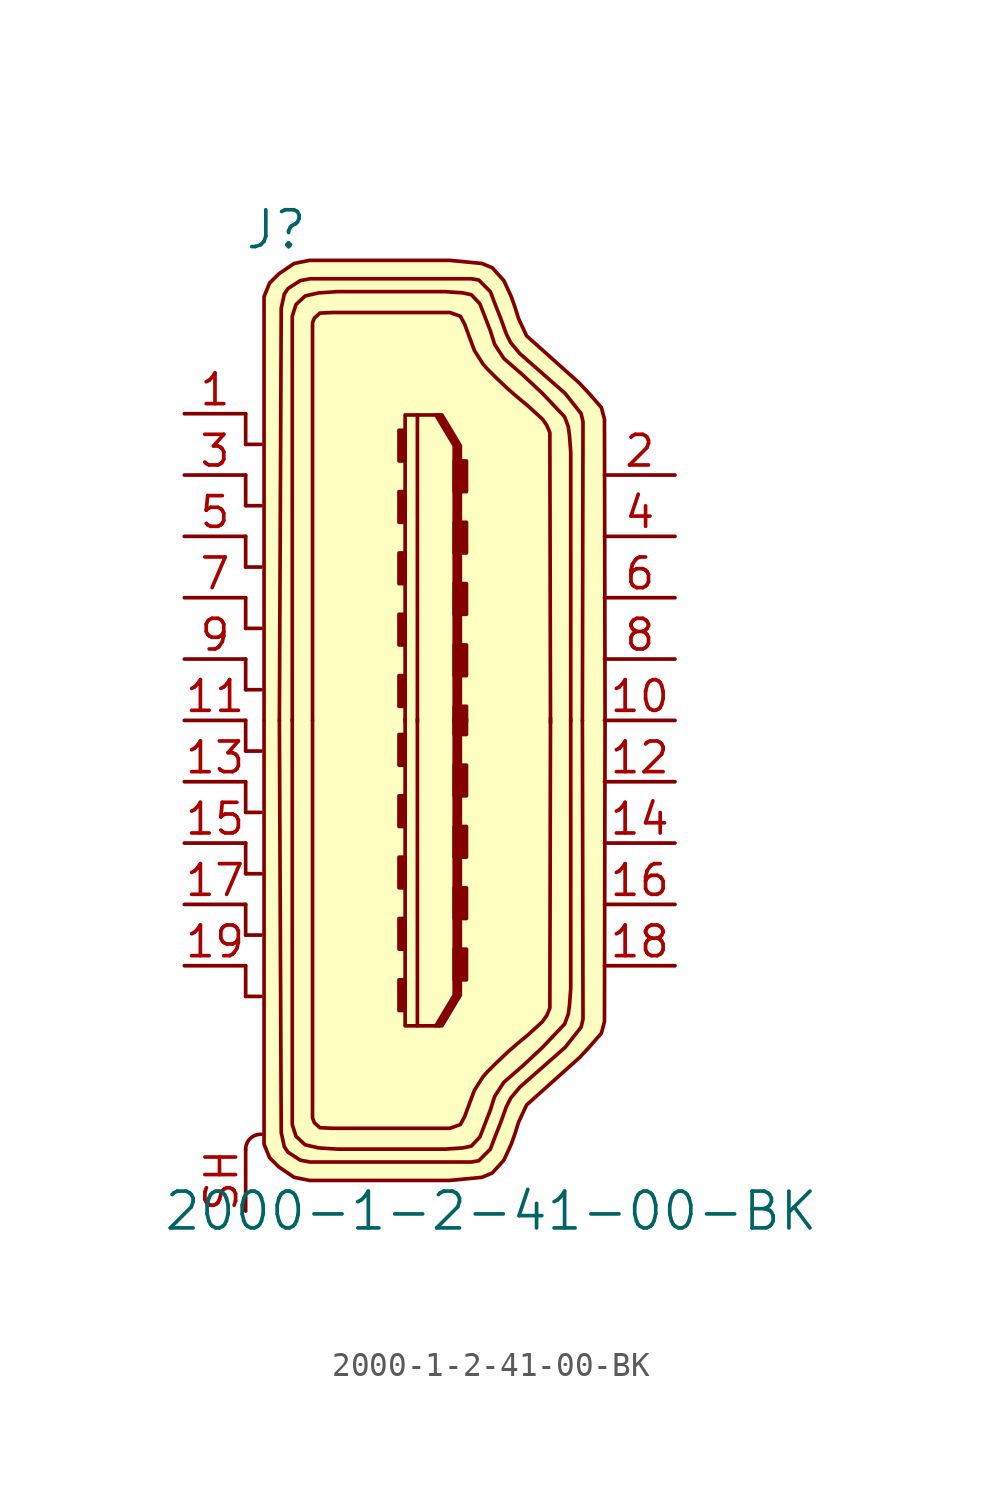
<source format=kicad_sym>
(kicad_symbol_lib
  (version 20211014)
  (generator kicad_symbol_editor)
  (symbol "2000-1-2-41-00-BK"
    (pin_names
      (offset 1.016))
    (property "Reference" "J"
      (at -6.35 20.32 0)
      (effects (font (size 1.524 1.524))))
    (property "Value" "2000-1-2-41-00-BK"
      (at 2.54 -20.32 0)
      (effects (font (size 1.524 1.524))))
    (symbol "2000-1-2-41-00-BK_0_1"
      (arc (start -6.985 -17.145) (mid -7.4425 -17.3292) (end -7.62 -17.78) (stroke (width 0) (type default) (color 0 0 0 0)) (fill (type none)))
      (rectangle (start -1.27 -12.014) (end -1.016 -10.744) (stroke (width 0) (type default) (color 0 0 0 0)) (fill (type outline)))
      (rectangle (start -1.27 -9.474) (end -1.016 -8.204) (stroke (width 0) (type default) (color 0 0 0 0)) (fill (type outline)))
      (rectangle (start -1.27 -6.934) (end -1.016 -5.664) (stroke (width 0) (type default) (color 0 0 0 0)) (fill (type outline)))
      (rectangle (start -1.27 -4.394) (end -1.016 -3.124) (stroke (width 0) (type default) (color 0 0 0 0)) (fill (type outline)))
      (rectangle (start -1.27 -1.854) (end -1.016 -0.584) (stroke (width 0) (type default) (color 0 0 0 0)) (fill (type outline)))
      (rectangle (start -1.27 1.854) (end -1.016 0.584) (stroke (width 0) (type default) (color 0 0 0 0)) (fill (type outline)))
      (rectangle (start -1.27 4.394) (end -1.016 3.124) (stroke (width 0) (type default) (color 0 0 0 0)) (fill (type outline)))
      (rectangle (start -1.27 6.934) (end -1.016 5.664) (stroke (width 0) (type default) (color 0 0 0 0)) (fill (type outline)))
      (rectangle (start -1.27 9.474) (end -1.016 8.204) (stroke (width 0) (type default) (color 0 0 0 0)) (fill (type outline)))
      (rectangle (start -1.27 12.014) (end -1.016 10.744) (stroke (width 0) (type default) (color 0 0 0 0)) (fill (type outline)))
      (polyline (pts (xy -7.62 -10.16) (xy -7.62 -11.43)) (stroke (width 0) (type default) (color 0 0 0 0)) (fill (type none)))
      (polyline (pts (xy -7.62 -7.62) (xy -7.62 -8.89)) (stroke (width 0) (type default) (color 0 0 0 0)) (fill (type none)))
      (polyline (pts (xy -7.62 -5.08) (xy -7.62 -6.35)) (stroke (width 0) (type default) (color 0 0 0 0)) (fill (type none)))
      (polyline (pts (xy -7.62 -2.54) (xy -7.62 -3.81)) (stroke (width 0) (type default) (color 0 0 0 0)) (fill (type none)))
      (polyline (pts (xy -7.62 0) (xy -7.62 -1.27)) (stroke (width 0) (type default) (color 0 0 0 0)) (fill (type none)))
      (polyline (pts (xy -7.62 2.54) (xy -7.62 1.27)) (stroke (width 0) (type default) (color 0 0 0 0)) (fill (type none)))
      (polyline (pts (xy -7.62 5.08) (xy -7.62 3.81)) (stroke (width 0) (type default) (color 0 0 0 0)) (fill (type none)))
      (polyline (pts (xy -7.62 7.62) (xy -7.62 6.35)) (stroke (width 0) (type default) (color 0 0 0 0)) (fill (type none)))
      (polyline (pts (xy -7.62 10.16) (xy -7.62 8.89)) (stroke (width 0) (type default) (color 0 0 0 0)) (fill (type none)))
      (polyline (pts (xy -7.62 12.7) (xy -7.62 11.43)) (stroke (width 0) (type default) (color 0 0 0 0)) (fill (type none)))
      (polyline (pts (xy -6.985 -11.43) (xy -7.62 -11.43)) (stroke (width 0) (type default) (color 0 0 0 0)) (fill (type none)))
      (polyline (pts (xy -6.985 -8.89) (xy -7.62 -8.89)) (stroke (width 0) (type default) (color 0 0 0 0)) (fill (type none)))
      (polyline (pts (xy -6.985 -6.35) (xy -7.62 -6.35)) (stroke (width 0) (type default) (color 0 0 0 0)) (fill (type none)))
      (polyline (pts (xy -6.985 -3.81) (xy -7.62 -3.81)) (stroke (width 0) (type default) (color 0 0 0 0)) (fill (type none)))
      (polyline (pts (xy -6.985 -1.27) (xy -7.62 -1.27)) (stroke (width 0) (type default) (color 0 0 0 0)) (fill (type none)))
      (polyline (pts (xy -6.985 1.27) (xy -7.62 1.27)) (stroke (width 0) (type default) (color 0 0 0 0)) (fill (type none)))
      (polyline (pts (xy -6.985 3.81) (xy -7.62 3.81)) (stroke (width 0) (type default) (color 0 0 0 0)) (fill (type none)))
      (polyline (pts (xy -6.985 6.35) (xy -7.62 6.35)) (stroke (width 0) (type default) (color 0 0 0 0)) (fill (type none)))
      (polyline (pts (xy -6.985 8.89) (xy -7.62 8.89)) (stroke (width 0) (type default) (color 0 0 0 0)) (fill (type none)))
      (polyline (pts (xy -6.985 11.43) (xy -7.62 11.43)) (stroke (width 0) (type default) (color 0 0 0 0)) (fill (type none)))
      (polyline (pts (xy -0.508 -0.051) (xy -0.508 12.649)) (stroke (width 0) (type default) (color 0 0 0 0)) (fill (type none)))
      (polyline (pts (xy -0.508 0.051) (xy -0.508 -12.649)) (stroke (width 0) (type default) (color 0 0 0 0)) (fill (type none)))
      (polyline (pts (xy 0.381 -12.649) (xy 1.143 -11.379)) (stroke (width 0) (type default) (color 0 0 0 0)) (fill (type none)))
      (polyline (pts (xy 0.381 12.649) (xy 1.143 11.379)) (stroke (width 0) (type default) (color 0 0 0 0)) (fill (type none)))
      (polyline (pts (xy 1.143 -11.379) (xy 1.143 0.051)) (stroke (width 0) (type default) (color 0 0 0 0)) (fill (type none)))
      (polyline (pts (xy 1.143 11.379) (xy 1.143 -0.051)) (stroke (width 0) (type default) (color 0 0 0 0)) (fill (type none)))
      (polyline (pts (xy 0.254 -12.649) (xy 1.016 -11.379) (xy 1.016 0.051)) (stroke (width 0) (type default) (color 0 0 0 0)) (fill (type none)))
      (polyline (pts (xy 0.254 12.649) (xy 1.016 11.379) (xy 1.016 -0.051)) (stroke (width 0) (type default) (color 0 0 0 0)) (fill (type none)))
      (polyline (pts (xy -1.016 -0.051) (xy -1.016 12.649) (xy 0.508 12.649) (xy 1.27 11.379) (xy 1.27 -0.051)) (stroke (width 0) (type default) (color 0 0 0 0)) (fill (type none)))
      (polyline (pts (xy -1.016 0.051) (xy -1.016 -12.649) (xy 0.508 -12.649) (xy 1.27 -11.379) (xy 1.27 0.051)) (stroke (width 0) (type default) (color 0 0 0 0)) (fill (type none)))
      (polyline (pts (xy -6.223 0) (xy -6.147 -17.069) (xy -6.02 -17.653) (xy -5.867 -17.882) (xy -5.359 -18.212) (xy -4.953 -18.288) (xy -3.607 -18.288) (xy 1.727 -18.288) (xy 2.032 -18.237) (xy 2.21 -18.059) (xy 2.515 -17.755) (xy 2.667 -17.348) (xy 2.946 -16.637) (xy 3.175 -16.002) (xy 3.353 -15.646) (xy 3.734 -15.189) (xy 5.613 -13.538) (xy 6.274 -12.7) (xy 6.35 -12.37) (xy 6.325 0)) (stroke (width 0) (type default) (color 0 0 0 0)) (fill (type none)))
      (polyline (pts (xy -6.223 0) (xy -6.147 17.069) (xy -6.02 17.653) (xy -5.867 17.882) (xy -5.359 18.212) (xy -4.953 18.288) (xy -3.607 18.288) (xy 1.727 18.288) (xy 2.032 18.237) (xy 2.21 18.059) (xy 2.515 17.755) (xy 2.667 17.348) (xy 2.946 16.637) (xy 3.175 16.002) (xy 3.353 15.646) (xy 3.734 15.189) (xy 5.613 13.538) (xy 6.274 12.7) (xy 6.35 12.37) (xy 6.325 0)) (stroke (width 0) (type default) (color 0 0 0 0)) (fill (type none)))
      (polyline (pts (xy 7.264 -0.025) (xy 7.239 12.471) (xy 7.112 12.954) (xy 6.579 13.564) (xy 6.198 13.97) (xy 4.013 15.926) (xy 3.683 16.637) (xy 3.531 17.12) (xy 3.378 17.551) (xy 3.073 18.212) (xy 2.591 18.745) (xy 2.159 18.923) (xy 0.838 19.05) (xy -4.978 19.05) (xy -5.613 18.923) (xy -6.248 18.491) (xy -6.629 18.11) (xy -6.858 17.551) (xy -6.858 16.231) (xy -6.858 0)) (stroke (width 0) (type default) (color 0 0 0 0)) (fill (type background)))
      (polyline (pts (xy 7.264 0.025) (xy 7.239 -12.471) (xy 7.112 -12.954) (xy 6.579 -13.564) (xy 6.198 -13.97) (xy 4.013 -15.926) (xy 3.683 -16.637) (xy 3.531 -17.12) (xy 3.378 -17.551) (xy 3.073 -18.212) (xy 2.591 -18.745) (xy 2.159 -18.923) (xy 0.838 -19.05) (xy -4.978 -19.05) (xy -5.613 -18.923) (xy -6.248 -18.491) (xy -6.629 -18.11) (xy -6.858 -17.551) (xy -6.858 -16.231) (xy -6.858 0)) (stroke (width 0) (type default) (color 0 0 0 0)) (fill (type background)))
      (polyline (pts (xy -5.69 -0.025) (xy -5.69 16.739) (xy -5.537 17.221) (xy -5.156 17.577) (xy -4.597 17.704) (xy -3.835 17.755) (xy 0.635 17.755) (xy 1.372 17.704) (xy 1.727 17.628) (xy 2.083 17.247) (xy 2.515 16.129) (xy 2.692 15.57) (xy 3.073 14.986) (xy 3.861 14.3) (xy 4.674 13.538) (xy 5.156 13.03) (xy 5.588 12.573) (xy 5.74 12.167) (xy 5.791 11.786) (xy 5.842 11.1) (xy 5.842 -0.051)) (stroke (width 0) (type default) (color 0 0 0 0)) (fill (type none)))
      (polyline (pts (xy -5.69 0.025) (xy -5.69 -16.739) (xy -5.537 -17.221) (xy -5.156 -17.577) (xy -4.597 -17.704) (xy -3.835 -17.755) (xy 0.635 -17.755) (xy 1.372 -17.704) (xy 1.727 -17.628) (xy 2.083 -17.247) (xy 2.515 -16.129) (xy 2.692 -15.57) (xy 3.073 -14.986) (xy 3.861 -14.3) (xy 4.674 -13.538) (xy 5.156 -13.03) (xy 5.588 -12.573) (xy 5.74 -12.167) (xy 5.791 -11.786) (xy 5.842 -11.1) (xy 5.842 0.051)) (stroke (width 0) (type default) (color 0 0 0 0)) (fill (type none)))
      (polyline (pts (xy -4.851 0) (xy -4.851 -16.459) (xy -4.775 -16.662) (xy -4.547 -16.866) (xy -4.039 -16.891) (xy 0.838 -16.891) (xy 1.27 -16.739) (xy 1.448 -16.408) (xy 1.702 -15.723) (xy 1.854 -15.316) (xy 2.21 -14.757) (xy 2.388 -14.554) (xy 2.591 -14.351) (xy 2.743 -14.199) (xy 3.226 -13.741) (xy 3.632 -13.386) (xy 4.064 -13.03) (xy 4.369 -12.751) (xy 4.674 -12.471) (xy 4.851 -12.217) (xy 4.978 -11.913) (xy 4.978 -11.532) (xy 5.004 0.102)) (stroke (width 0) (type default) (color 0 0 0 0)) (fill (type none)))
      (polyline (pts (xy -4.851 0) (xy -4.851 16.459) (xy -4.775 16.662) (xy -4.547 16.866) (xy -4.039 16.891) (xy 0.838 16.891) (xy 1.27 16.739) (xy 1.448 16.408) (xy 1.702 15.723) (xy 1.854 15.316) (xy 2.21 14.757) (xy 2.388 14.554) (xy 2.591 14.351) (xy 2.743 14.199) (xy 3.226 13.741) (xy 3.632 13.386) (xy 4.064 13.03) (xy 4.369 12.751) (xy 4.674 12.471) (xy 4.851 12.217) (xy 4.978 11.913) (xy 4.978 11.532) (xy 5.004 -0.102)) (stroke (width 0) (type default) (color 0 0 0 0)) (fill (type none)))
      (rectangle (start 1.016 -10.744) (end 1.524 -9.474) (stroke (width 0) (type default) (color 0 0 0 0)) (fill (type outline)))
      (rectangle (start 1.016 -8.204) (end 1.524 -6.934) (stroke (width 0) (type default) (color 0 0 0 0)) (fill (type outline)))
      (rectangle (start 1.016 -5.664) (end 1.524 -4.394) (stroke (width 0) (type default) (color 0 0 0 0)) (fill (type outline)))
      (rectangle (start 1.016 -3.124) (end 1.524 -1.854) (stroke (width 0) (type default) (color 0 0 0 0)) (fill (type outline)))
      (rectangle (start 1.016 -0.584) (end 1.524 0.051) (stroke (width 0) (type default) (color 0 0 0 0)) (fill (type outline)))
      (rectangle (start 1.016 0.584) (end 1.524 -0.051) (stroke (width 0) (type default) (color 0 0 0 0)) (fill (type outline)))
      (rectangle (start 1.016 3.124) (end 1.524 1.854) (stroke (width 0) (type default) (color 0 0 0 0)) (fill (type outline)))
      (rectangle (start 1.016 5.664) (end 1.524 4.394) (stroke (width 0) (type default) (color 0 0 0 0)) (fill (type outline)))
      (rectangle (start 1.016 8.204) (end 1.524 6.934) (stroke (width 0) (type default) (color 0 0 0 0)) (fill (type outline)))
      (rectangle (start 1.016 10.744) (end 1.524 9.474) (stroke (width 0) (type default) (color 0 0 0 0)) (fill (type outline))))
    (symbol "2000-1-2-41-00-BK_1_1"
      (pin passive line (at -10.16 12.7 0) (length 2.54) (name "~" (effects (font (size 1.27 1.27)))) (number "1" (effects (font (size 1.27 1.27)))))
      (pin passive line (at 10.16 0 180) (length 2.921) (name "~" (effects (font (size 1.27 1.27)))) (number "10" (effects (font (size 1.27 1.27)))))
      (pin passive line (at -10.16 0 0) (length 2.54) (name "~" (effects (font (size 1.27 1.27)))) (number "11" (effects (font (size 1.27 1.27)))))
      (pin passive line (at 10.16 -2.54 180) (length 2.921) (name "~" (effects (font (size 1.27 1.27)))) (number "12" (effects (font (size 1.27 1.27)))))
      (pin passive line (at -10.16 -2.54 0) (length 2.54) (name "~" (effects (font (size 1.27 1.27)))) (number "13" (effects (font (size 1.27 1.27)))))
      (pin passive line (at 10.16 -5.08 180) (length 2.921) (name "~" (effects (font (size 1.27 1.27)))) (number "14" (effects (font (size 1.27 1.27)))))
      (pin passive line (at -10.16 -5.08 0) (length 2.54) (name "~" (effects (font (size 1.27 1.27)))) (number "15" (effects (font (size 1.27 1.27)))))
      (pin passive line (at 10.16 -7.62 180) (length 2.921) (name "~" (effects (font (size 1.27 1.27)))) (number "16" (effects (font (size 1.27 1.27)))))
      (pin passive line (at -10.16 -7.62 0) (length 2.54) (name "~" (effects (font (size 1.27 1.27)))) (number "17" (effects (font (size 1.27 1.27)))))
      (pin passive line (at 10.16 -10.16 180) (length 2.921) (name "~" (effects (font (size 1.27 1.27)))) (number "18" (effects (font (size 1.27 1.27)))))
      (pin passive line (at -10.16 -10.16 0) (length 2.54) (name "~" (effects (font (size 1.27 1.27)))) (number "19" (effects (font (size 1.27 1.27)))))
      (pin passive line (at 10.16 10.16 180) (length 2.921) (name "~" (effects (font (size 1.27 1.27)))) (number "2" (effects (font (size 1.27 1.27)))))
      (pin passive line (at -10.16 10.16 0) (length 2.54) (name "~" (effects (font (size 1.27 1.27)))) (number "3" (effects (font (size 1.27 1.27)))))
      (pin passive line (at 10.16 7.62 180) (length 2.921) (name "~" (effects (font (size 1.27 1.27)))) (number "4" (effects (font (size 1.27 1.27)))))
      (pin passive line (at -10.16 7.62 0) (length 2.54) (name "~" (effects (font (size 1.27 1.27)))) (number "5" (effects (font (size 1.27 1.27)))))
      (pin passive line (at 10.16 5.08 180) (length 2.921) (name "~" (effects (font (size 1.27 1.27)))) (number "6" (effects (font (size 1.27 1.27)))))
      (pin passive line (at -10.16 5.08 0) (length 2.54) (name "~" (effects (font (size 1.27 1.27)))) (number "7" (effects (font (size 1.27 1.27)))))
      (pin passive line (at 10.16 2.54 180) (length 2.921) (name "~" (effects (font (size 1.27 1.27)))) (number "8" (effects (font (size 1.27 1.27)))))
      (pin passive line (at -10.16 2.54 0) (length 2.54) (name "~" (effects (font (size 1.27 1.27)))) (number "9" (effects (font (size 1.27 1.27)))))
      (pin passive line (at -7.62 -20.32 90) (length 2.54) (name "~" (effects (font (size 1.27 1.27)))) (number "SH" (effects (font (size 1.27 1.27))))))))
</source>
